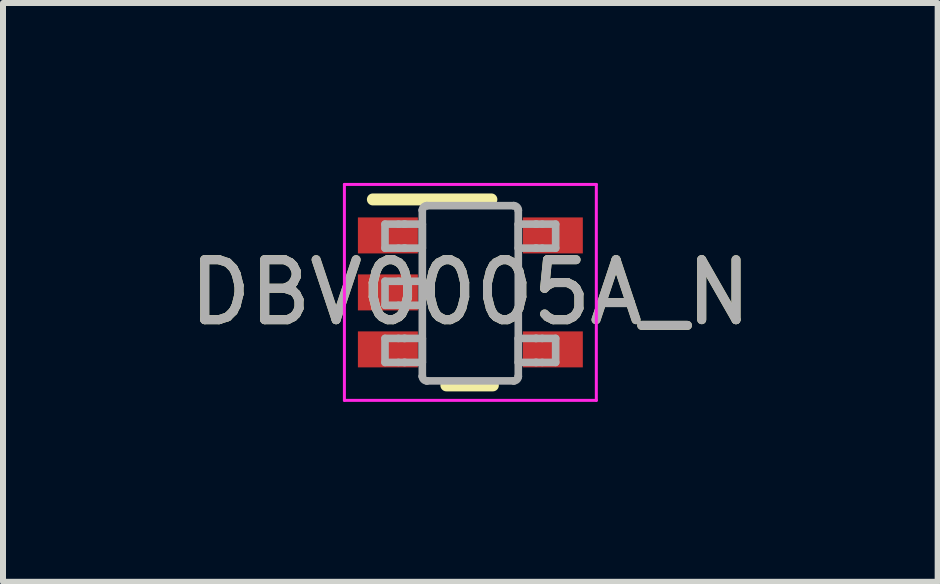
<source format=kicad_pcb>
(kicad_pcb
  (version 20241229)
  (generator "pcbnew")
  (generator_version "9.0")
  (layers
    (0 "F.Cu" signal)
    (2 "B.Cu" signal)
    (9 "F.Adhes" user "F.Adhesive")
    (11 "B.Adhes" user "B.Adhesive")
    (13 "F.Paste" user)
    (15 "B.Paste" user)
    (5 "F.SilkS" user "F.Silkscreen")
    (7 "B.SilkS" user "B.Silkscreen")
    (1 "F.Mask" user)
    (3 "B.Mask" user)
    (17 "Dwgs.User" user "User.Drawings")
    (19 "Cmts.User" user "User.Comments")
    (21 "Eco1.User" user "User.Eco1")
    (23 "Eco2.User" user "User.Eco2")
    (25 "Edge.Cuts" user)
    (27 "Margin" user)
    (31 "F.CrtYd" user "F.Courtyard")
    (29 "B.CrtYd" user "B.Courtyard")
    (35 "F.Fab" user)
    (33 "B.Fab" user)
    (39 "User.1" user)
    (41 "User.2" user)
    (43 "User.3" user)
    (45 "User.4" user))
  (footprint "DBV0005A_N"
    (layer "F.Cu")
    (at 4.792 1.825)
    (property "Reference" "DBV0005A_N" (at 0 0 0) (unlocked yes) (layer "F.SilkS") (effects (font (size 1 1) (thickness 0.15))))
    (attr smd)
    (fp_line (start -1.625 -1.55) (end 0.35 -1.55) (stroke (width 0.2) (type solid)) (layer "F.SilkS"))
    (fp_line (start -0.4 1.55) (end 0.375 1.55) (stroke (width 0.2) (type solid)) (layer "F.SilkS"))
    (fp_line (start -2.1 -1.8) (end 2.1 -1.8) (stroke (width 0.05) (type solid)) (layer "F.CrtYd"))
    (fp_line (start -2.1 1.8) (end -2.1 -1.8) (stroke (width 0.05) (type solid)) (layer "F.CrtYd"))
    (fp_line (start -2.1 1.8) (end 2.1 1.8) (stroke (width 0.05) (type solid)) (layer "F.CrtYd"))
    (fp_line (start 2.1 1.8) (end 2.1 -1.8) (stroke (width 0.05) (type solid)) (layer "F.CrtYd"))
    (fp_line (start -1.423 -1.138) (end -1.199 -1.138) (stroke (width 0.127) (type solid)) (layer "F.Fab"))
    (fp_line (start -1.423 -0.738) (end -1.423 -1.138) (stroke (width 0.127) (type solid)) (layer "F.Fab"))
    (fp_line (start -1.423 -0.738) (end -1.199 -0.738) (stroke (width 0.127) (type solid)) (layer "F.Fab"))
    (fp_line (start -1.423 -0.186) (end -1.199 -0.186) (stroke (width 0.127) (type solid)) (layer "F.Fab"))
    (fp_line (start -1.423 0.215) (end -1.423 -0.186) (stroke (width 0.127) (type solid)) (layer "F.Fab"))
    (fp_line (start -1.423 0.215) (end -1.199 0.215) (stroke (width 0.127) (type solid)) (layer "F.Fab"))
    (fp_line (start -1.423 0.767) (end -1.199 0.767) (stroke (width 0.127) (type solid)) (layer "F.Fab"))
    (fp_line (start -1.423 1.167) (end -1.423 0.767) (stroke (width 0.127) (type solid)) (layer "F.Fab"))
    (fp_line (start -1.423 1.167) (end -1.199 1.167) (stroke (width 0.127) (type solid)) (layer "F.Fab"))
    (fp_line (start -1.199 -1.138) (end -1.105 -1.138) (stroke (width 0.127) (type solid)) (layer "F.Fab"))
    (fp_line (start -1.199 -0.738) (end -1.105 -0.738) (stroke (width 0.127) (type solid)) (layer "F.Fab"))
    (fp_line (start -1.199 -0.186) (end -1.105 -0.186) (stroke (width 0.127) (type solid)) (layer "F.Fab"))
    (fp_line (start -1.199 0.215) (end -1.105 0.215) (stroke (width 0.127) (type solid)) (layer "F.Fab"))
    (fp_line (start -1.199 0.767) (end -1.105 0.767) (stroke (width 0.127) (type solid)) (layer "F.Fab"))
    (fp_line (start -1.199 1.167) (end -1.105 1.167) (stroke (width 0.127) (type solid)) (layer "F.Fab"))
    (fp_line (start -1.105 -1.138) (end -1.088 -1.138) (stroke (width 0.127) (type solid)) (layer "F.Fab"))
    (fp_line (start -1.105 -0.738) (end -1.088 -0.738) (stroke (width 0.127) (type solid)) (layer "F.Fab"))
    (fp_line (start -1.105 -0.186) (end -1.088 -0.186) (stroke (width 0.127) (type solid)) (layer "F.Fab"))
    (fp_line (start -1.105 0.215) (end -1.088 0.215) (stroke (width 0.127) (type solid)) (layer "F.Fab"))
    (fp_line (start -1.105 0.767) (end -1.088 0.767) (stroke (width 0.127) (type solid)) (layer "F.Fab"))
    (fp_line (start -1.105 1.167) (end -1.088 1.167) (stroke (width 0.127) (type solid)) (layer "F.Fab"))
    (fp_line (start -1.088 -1.138) (end -0.835 -1.138) (stroke (width 0.127) (type solid)) (layer "F.Fab"))
    (fp_line (start -1.088 -0.738) (end -0.835 -0.738) (stroke (width 0.127) (type solid)) (layer "F.Fab"))
    (fp_line (start -1.088 -0.186) (end -0.835 -0.186) (stroke (width 0.127) (type solid)) (layer "F.Fab"))
    (fp_line (start -1.088 0.215) (end -0.835 0.215) (stroke (width 0.127) (type solid)) (layer "F.Fab"))
    (fp_line (start -1.088 0.767) (end -0.835 0.767) (stroke (width 0.127) (type solid)) (layer "F.Fab"))
    (fp_line (start -1.088 1.167) (end -0.835 1.167) (stroke (width 0.127) (type solid)) (layer "F.Fab"))
    (fp_line (start -0.835 -1.138) (end -0.801 -1.138) (stroke (width 0.127) (type solid)) (layer "F.Fab"))
    (fp_line (start -0.835 -0.738) (end -0.801 -0.738) (stroke (width 0.127) (type solid)) (layer "F.Fab"))
    (fp_line (start -0.835 -0.186) (end -0.801 -0.186) (stroke (width 0.127) (type solid)) (layer "F.Fab"))
    (fp_line (start -0.835 0.215) (end -0.801 0.215) (stroke (width 0.127) (type solid)) (layer "F.Fab"))
    (fp_line (start -0.835 0.767) (end -0.801 0.767) (stroke (width 0.127) (type solid)) (layer "F.Fab"))
    (fp_line (start -0.835 1.167) (end -0.801 1.167) (stroke (width 0.127) (type solid)) (layer "F.Fab"))
    (fp_line (start -0.801 -1.37) (end -0.801 -1.371) (stroke (width 0.127) (type solid)) (layer "F.Fab"))
    (fp_line (start -0.801 -0.738) (end -0.801 -1.138) (stroke (width 0.127) (type solid)) (layer "F.Fab"))
    (fp_line (start -0.801 0.215) (end -0.801 -0.186) (stroke (width 0.127) (type solid)) (layer "F.Fab"))
    (fp_line (start -0.801 1.167) (end -0.801 0.767) (stroke (width 0.127) (type solid)) (layer "F.Fab"))
    (fp_line (start -0.801 1.399) (end -0.801 -1.37) (stroke (width 0.127) (type solid)) (layer "F.Fab"))
    (fp_line (start -0.801 1.4) (end -0.801 1.399) (stroke (width 0.127) (type solid)) (layer "F.Fab"))
    (fp_line (start -0.725 -1.446) (end -0.725 -1.446) (stroke (width 0.127) (type solid)) (layer "F.Fab"))
    (fp_line (start -0.725 1.475) (end -0.725 1.475) (stroke (width 0.127) (type solid)) (layer "F.Fab"))
    (fp_line (start -0.725 -1.446) (end 0.723 -1.446) (stroke (width 0.127) (type solid)) (layer "F.Fab"))
    (fp_line (start -0.725 1.475) (end 0.723 1.475) (stroke (width 0.127) (type solid)) (layer "F.Fab"))
    (fp_line (start 0.723 -1.446) (end 0.724 -1.446) (stroke (width 0.127) (type solid)) (layer "F.Fab"))
    (fp_line (start 0.723 1.475) (end 0.724 1.475) (stroke (width 0.127) (type solid)) (layer "F.Fab"))
    (fp_line (start 0.799 -1.37) (end 0.799 -1.371) (stroke (width 0.127) (type solid)) (layer "F.Fab"))
    (fp_line (start 0.799 -1.138) (end 0.834 -1.138) (stroke (width 0.127) (type solid)) (layer "F.Fab"))
    (fp_line (start 0.799 -0.738) (end 0.799 -1.138) (stroke (width 0.127) (type solid)) (layer "F.Fab"))
    (fp_line (start 0.799 -0.738) (end 0.834 -0.738) (stroke (width 0.127) (type solid)) (layer "F.Fab"))
    (fp_line (start 0.799 0.767) (end 0.834 0.767) (stroke (width 0.127) (type solid)) (layer "F.Fab"))
    (fp_line (start 0.799 1.167) (end 0.799 0.767) (stroke (width 0.127) (type solid)) (layer "F.Fab"))
    (fp_line (start 0.799 1.167) (end 0.834 1.167) (stroke (width 0.127) (type solid)) (layer "F.Fab"))
    (fp_line (start 0.799 1.399) (end 0.799 -1.37) (stroke (width 0.127) (type solid)) (layer "F.Fab"))
    (fp_line (start 0.799 1.4) (end 0.799 1.399) (stroke (width 0.127) (type solid)) (layer "F.Fab"))
    (fp_line (start 0.834 -1.138) (end 1.087 -1.138) (stroke (width 0.127) (type solid)) (layer "F.Fab"))
    (fp_line (start 0.834 -0.738) (end 1.087 -0.738) (stroke (width 0.127) (type solid)) (layer "F.Fab"))
    (fp_line (start 0.834 0.767) (end 1.087 0.767) (stroke (width 0.127) (type solid)) (layer "F.Fab"))
    (fp_line (start 0.834 1.167) (end 1.087 1.167) (stroke (width 0.127) (type solid)) (layer "F.Fab"))
    (fp_line (start 1.087 -1.138) (end 1.103 -1.138) (stroke (width 0.127) (type solid)) (layer "F.Fab"))
    (fp_line (start 1.087 -0.738) (end 1.103 -0.738) (stroke (width 0.127) (type solid)) (layer "F.Fab"))
    (fp_line (start 1.087 0.767) (end 1.103 0.767) (stroke (width 0.127) (type solid)) (layer "F.Fab"))
    (fp_line (start 1.087 1.167) (end 1.103 1.167) (stroke (width 0.127) (type solid)) (layer "F.Fab"))
    (fp_line (start 1.103 -1.138) (end 1.198 -1.138) (stroke (width 0.127) (type solid)) (layer "F.Fab"))
    (fp_line (start 1.103 -0.738) (end 1.198 -0.738) (stroke (width 0.127) (type solid)) (layer "F.Fab"))
    (fp_line (start 1.103 0.767) (end 1.198 0.767) (stroke (width 0.127) (type solid)) (layer "F.Fab"))
    (fp_line (start 1.103 1.167) (end 1.198 1.167) (stroke (width 0.127) (type solid)) (layer "F.Fab"))
    (fp_line (start 1.198 -1.138) (end 1.422 -1.138) (stroke (width 0.127) (type solid)) (layer "F.Fab"))
    (fp_line (start 1.198 -0.738) (end 1.422 -0.738) (stroke (width 0.127) (type solid)) (layer "F.Fab"))
    (fp_line (start 1.198 0.767) (end 1.422 0.767) (stroke (width 0.127) (type solid)) (layer "F.Fab"))
    (fp_line (start 1.198 1.167) (end 1.422 1.167) (stroke (width 0.127) (type solid)) (layer "F.Fab"))
    (fp_line (start 1.422 -0.738) (end 1.422 -1.138) (stroke (width 0.127) (type solid)) (layer "F.Fab"))
    (fp_line (start 1.422 1.167) (end 1.422 0.767) (stroke (width 0.127) (type solid)) (layer "F.Fab"))
    (fp_arc (start -0.80074 -1.37084) (mid -0.778218 -1.423887) (end -0.724999 -1.445998) (stroke (width 0.127) (type solid)) (layer "F.Fab"))
    (fp_arc (start -0.724999 1.475) (mid -0.778213 1.452901) (end -0.80074 1.399867) (stroke (width 0.127) (type solid)) (layer "F.Fab"))
    (fp_arc (start 0.723714 -1.445998) (mid 0.776933 -1.423887) (end 0.799455 -1.37084) (stroke (width 0.127) (type solid)) (layer "F.Fab"))
    (fp_arc (start 0.799455 1.399868) (mid 0.776927 1.452901) (end 0.723713 1.475) (stroke (width 0.127) (type solid)) (layer "F.Fab"))
    (fp_text user "${REFERENCE}" (at 0 0 0) (unlocked yes) (layer "F.Fab") (effects (font (size 1 1) (thickness 0.15))))
    (pad "1" smd rect (at -1.375 -0.95 90) (size 0.6 1) (layers "F.Cu" "F.Mask" "F.Paste"))
    (pad "2" smd rect (at -1.375 0 90) (size 0.6 1) (layers "F.Cu" "F.Mask" "F.Paste"))
    (pad "3" smd rect (at -1.375 0.95 90) (size 0.6 1) (layers "F.Cu" "F.Mask" "F.Paste"))
    (pad "4" smd rect (at 1.375 0.95 90) (size 0.6 1) (layers "F.Cu" "F.Mask" "F.Paste"))
    (pad "5" smd rect (at 1.375 -0.95 90) (size 0.6 1) (layers "F.Cu" "F.Mask" "F.Paste")))
  (gr_rect
    (start -3 -3)
    (end 12.583 6.65)
    (stroke (width 0.1) (type default))
    (fill no)
    (layer "Edge.Cuts")))
</source>
